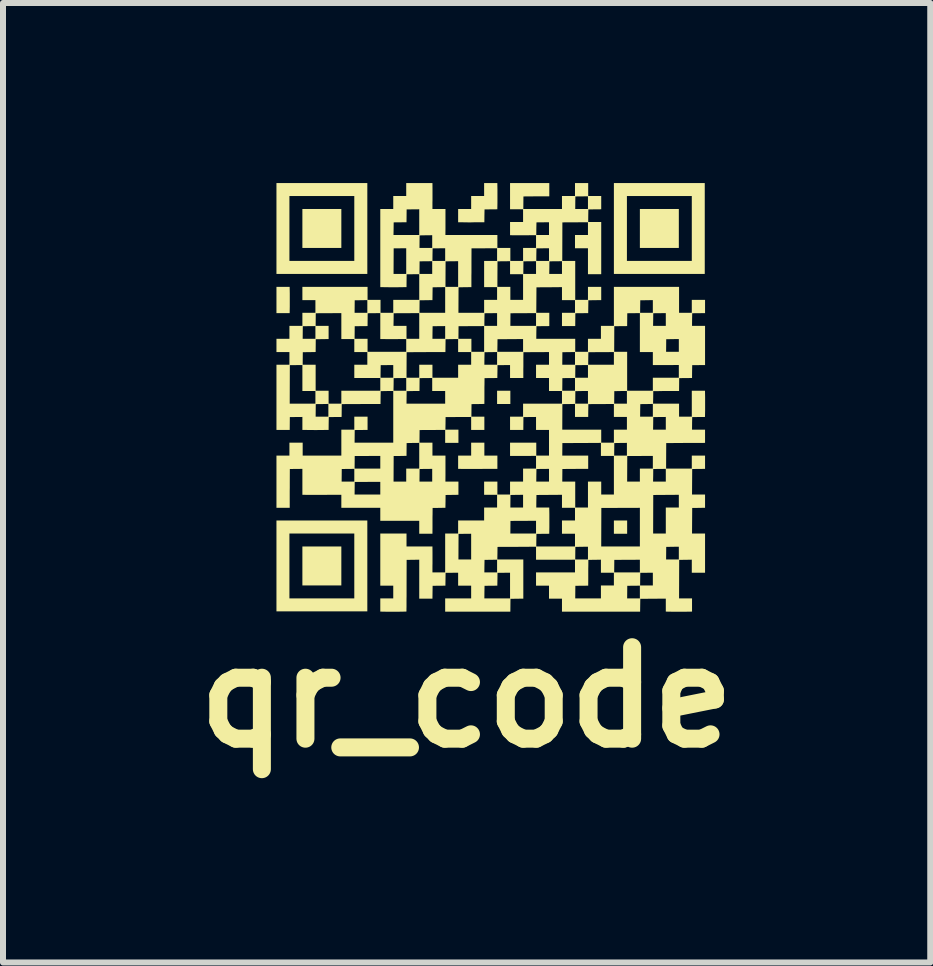
<source format=kicad_pcb>
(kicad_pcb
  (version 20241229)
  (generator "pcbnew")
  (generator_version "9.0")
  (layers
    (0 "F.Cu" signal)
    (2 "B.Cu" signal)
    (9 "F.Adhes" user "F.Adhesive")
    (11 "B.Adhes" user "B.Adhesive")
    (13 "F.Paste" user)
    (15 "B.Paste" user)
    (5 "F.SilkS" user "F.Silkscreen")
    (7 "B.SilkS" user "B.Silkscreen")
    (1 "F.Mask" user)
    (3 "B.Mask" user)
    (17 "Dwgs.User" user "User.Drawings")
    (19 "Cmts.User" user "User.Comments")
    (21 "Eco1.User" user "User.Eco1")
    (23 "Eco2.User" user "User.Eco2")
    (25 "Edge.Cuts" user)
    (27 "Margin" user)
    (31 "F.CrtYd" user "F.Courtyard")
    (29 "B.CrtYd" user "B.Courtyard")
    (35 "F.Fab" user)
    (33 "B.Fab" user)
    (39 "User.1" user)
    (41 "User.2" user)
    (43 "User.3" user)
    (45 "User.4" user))
  (footprint "qr_code"
    (layer "F.Cu")
    (at 5.124 3.568)
    (property "Reference" "qr_code" (at -0.4 5 0) (layer "F.SilkS") (effects (font (size 1.524 1.524) (thickness 0.3))))
    (attr board_only exclude_from_pos_files exclude_from_bom)
    (fp_poly (pts (xy -2.487 -2.487) (xy -3.136 -2.487) (xy -3.136 -3.136) (xy -2.487 -3.136)) (stroke (width 0) (type solid)) (fill yes) (layer "F.SilkS"))
    (fp_poly (pts (xy -2.487 3.136) (xy -3.136 3.136) (xy -3.136 2.487) (xy -2.487 2.487)) (stroke (width 0) (type solid)) (fill yes) (layer "F.SilkS"))
    (fp_poly (pts (xy 0.329 0.113) (xy 0.108 0.113) (xy 0.108 -0.108) (xy 0.329 -0.108)) (stroke (width 0) (type solid)) (fill yes) (layer "F.SilkS"))
    (fp_poly (pts (xy 2.275 2.275) (xy 2.054 2.275) (xy 2.054 2.054) (xy 2.275 2.054)) (stroke (width 0) (type solid)) (fill yes) (layer "F.SilkS"))
    (fp_poly (pts (xy 3.136 -2.487) (xy 2.487 -2.487) (xy 2.487 -3.136) (xy 3.136 -3.136)) (stroke (width 0) (type solid)) (fill yes) (layer "F.SilkS"))
    (fp_poly (pts (xy -3.346 -1.729) (xy -3.346 -1.689) (xy -3.346 -1.644) (xy -3.346 -1.597) (xy -3.346 -1.552) (xy -3.346 -1.512) (xy -3.346 -1.51) (xy -3.348 -1.401) (xy -3.568 -1.401) (xy -3.568 -1.838) (xy -3.348 -1.838)) (stroke (width 0) (type solid)) (fill yes) (layer "F.SilkS"))
    (fp_poly (pts (xy -2.054 -2.054) (xy -3.568 -2.054) (xy -3.568 -2.271) (xy -3.352 -2.271) (xy -2.271 -2.271) (xy -2.271 -3.352) (xy -3.352 -3.352) (xy -3.352 -2.271) (xy -3.568 -2.271) (xy -3.568 -3.568) (xy -2.054 -3.568)) (stroke (width 0) (type solid)) (fill yes) (layer "F.SilkS"))
    (fp_poly (pts (xy -2.054 3.568) (xy -3.568 3.568) (xy -3.568 3.352) (xy -3.352 3.352) (xy -2.271 3.352) (xy -2.271 2.271) (xy -3.352 2.271) (xy -3.352 3.352) (xy -3.568 3.352) (xy -3.568 2.054) (xy -2.054 2.054)) (stroke (width 0) (type solid)) (fill yes) (layer "F.SilkS"))
    (fp_poly (pts (xy 3.568 -2.054) (xy 2.054 -2.054) (xy 2.054 -2.271) (xy 2.271 -2.271) (xy 3.352 -2.271) (xy 3.352 -3.352) (xy 2.271 -3.352) (xy 2.271 -2.271) (xy 2.054 -2.271) (xy 2.054 -3.568) (xy 3.568 -3.568)) (stroke (width 0) (type solid)) (fill yes) (layer "F.SilkS"))
    (fp_poly (pts (xy -0.104 0.973) (xy 0.113 0.973) (xy 0.113 1.194) (xy 0.008 1.194) (xy -0.029 1.194) (xy -0.073 1.194) (xy -0.118 1.194) (xy -0.163 1.195) (xy -0.203 1.195) (xy -0.209 1.195) (xy -0.249 1.195) (xy -0.294 1.195) (xy -0.341 1.195) (xy -0.386 1.195) (xy -0.426 1.195) (xy -0.431 1.195) (xy -0.541 1.194) (xy -0.541 0.973) (xy -0.324 0.973) (xy -0.324 0.757) (xy -0.104 0.757)) (stroke (width 0) (type solid)) (fill yes) (layer "F.SilkS"))
    (fp_poly (pts (xy 0.114 -3.459) (xy 0.114 -3.419) (xy 0.114 -3.374) (xy 0.114 -3.327) (xy 0.114 -3.282) (xy 0.114 -3.242) (xy 0.114 -3.24) (xy 0.112 -3.131) (xy 0.005 -3.13) (xy -0.101 -3.129) (xy -0.103 -3.022) (xy -0.104 -2.915) (xy -0.207 -2.915) (xy -0.237 -2.915) (xy -0.264 -2.915) (xy -0.287 -2.914) (xy -0.304 -2.914) (xy -0.314 -2.914) (xy -0.316 -2.914) (xy -0.322 -2.913) (xy -0.336 -2.913) (xy -0.356 -2.913) (xy -0.381 -2.913) (xy -0.41 -2.914) (xy -0.431 -2.914) (xy -0.541 -2.915) (xy -0.541 -3.136) (xy -0.324 -3.136) (xy -0.324 -3.352) (xy -0.108 -3.352) (xy -0.108 -3.568) (xy 0.112 -3.568)) (stroke (width 0) (type solid)) (fill yes) (layer "F.SilkS"))
    (fp_poly (pts (xy -0.968 -3.459) (xy -0.968 -3.419) (xy -0.968 -3.375) (xy -0.968 -3.328) (xy -0.968 -3.284) (xy -0.969 -3.245) (xy -0.969 -3.243) (xy -0.969 -3.136) (xy -0.752 -3.136) (xy -0.752 -3.026) (xy -0.752 -2.987) (xy -0.752 -2.942) (xy -0.752 -2.896) (xy -0.752 -2.851) (xy -0.752 -2.812) (xy -0.752 -2.81) (xy -0.753 -2.703) (xy 0.113 -2.703) (xy 0.113 -2.487) (xy 0.329 -2.487) (xy 0.329 -2.271) (xy 0.541 -2.271) (xy 0.761 -2.271) (xy 0.973 -2.271) (xy 0.973 -2.482) (xy 0.868 -2.481) (xy 0.764 -2.48) (xy 0.762 -2.375) (xy 0.761 -2.271) (xy 0.541 -2.271) (xy 0.541 -2.487) (xy 0.757 -2.487) (xy 0.757 -2.699) (xy 0.65 -2.699) (xy 0.611 -2.698) (xy 0.567 -2.698) (xy 0.52 -2.698) (xy 0.476 -2.698) (xy 0.436 -2.698) (xy 0.434 -2.698) (xy 0.324 -2.699) (xy 0.324 -2.703) (xy 0.761 -2.703) (xy 0.973 -2.703) (xy 0.973 -2.915) (xy 0.868 -2.914) (xy 0.764 -2.913) (xy 0.762 -2.808) (xy 0.761 -2.703) (xy 0.324 -2.703) (xy 0.324 -2.919) (xy 0.541 -2.919) (xy 0.541 -3.131) (xy 0.324 -3.131) (xy 0.324 -3.568) (xy 0.978 -3.568) (xy 0.978 -3.347) (xy 0.871 -3.347) (xy 0.832 -3.347) (xy 0.787 -3.347) (xy 0.741 -3.347) (xy 0.696 -3.346) (xy 0.656 -3.346) (xy 0.655 -3.346) (xy 0.547 -3.345) (xy 0.546 -3.24) (xy 0.545 -3.136) (xy 1.189 -3.136) (xy 1.41 -3.136) (xy 1.622 -3.136) (xy 1.622 -3.347) (xy 1.517 -3.346) (xy 1.412 -3.345) (xy 1.411 -3.24) (xy 1.41 -3.136) (xy 1.189 -3.136) (xy 1.189 -3.352) (xy 1.406 -3.352) (xy 1.406 -3.568) (xy 1.626 -3.568) (xy 1.626 -3.352) (xy 1.843 -3.352) (xy 1.843 -3.131) (xy 1.629 -3.129) (xy 1.627 -3.024) (xy 1.626 -2.919) (xy 1.843 -2.919) (xy 1.843 -2.811) (xy 1.843 -2.784) (xy 1.843 -2.749) (xy 1.843 -2.708) (xy 1.843 -2.662) (xy 1.843 -2.614) (xy 1.843 -2.565) (xy 1.843 -2.515) (xy 1.843 -2.482) (xy 1.843 -2.434) (xy 1.843 -2.384) (xy 1.843 -2.335) (xy 1.843 -2.288) (xy 1.843 -2.244) (xy 1.843 -2.206) (xy 1.843 -2.173) (xy 1.843 -2.156) (xy 1.843 -2.05) (xy 1.622 -2.05) (xy 1.622 -2.482) (xy 1.406 -2.482) (xy 1.406 -2.703) (xy 1.622 -2.703) (xy 1.622 -2.915) (xy 1.196 -2.913) (xy 1.195 -2.592) (xy 1.194 -2.271) (xy 1.41 -2.271) (xy 1.41 -2.161) (xy 1.41 -2.133) (xy 1.41 -2.098) (xy 1.41 -2.056) (xy 1.41 -2.011) (xy 1.41 -1.962) (xy 1.41 -1.913) (xy 1.41 -1.864) (xy 1.41 -1.837) (xy 1.41 -1.622) (xy 1.622 -1.622) (xy 1.622 -1.838) (xy 1.843 -1.838) (xy 1.843 -1.618) (xy 1.629 -1.615) (xy 1.626 -1.401) (xy 1.519 -1.4) (xy 1.412 -1.399) (xy 1.41 -1.185) (xy 1.189 -1.185) (xy 1.189 -1.406) (xy 1.406 -1.406) (xy 1.406 -1.617) (xy 1.189 -1.617) (xy 1.189 -1.834) (xy 0.976 -1.832) (xy 0.764 -1.831) (xy 0.761 -1.406) (xy 0.978 -1.406) (xy 0.978 -1.185) (xy 0.764 -1.183) (xy 0.762 -1.078) (xy 0.761 -0.973) (xy 1.41 -0.973) (xy 1.41 -0.757) (xy 1.622 -0.757) (xy 2.059 -0.757) (xy 2.275 -0.757) (xy 2.275 -0.648) (xy 2.275 -0.62) (xy 2.275 -0.584) (xy 2.275 -0.543) (xy 2.275 -0.497) (xy 2.275 -0.449) (xy 2.275 -0.399) (xy 2.275 -0.35) (xy 2.275 -0.323) (xy 2.275 -0.108) (xy 2.703 -0.108) (xy 2.703 -0.324) (xy 3.136 -0.324) (xy 3.136 -0.537) (xy 3.029 -0.536) (xy 2.99 -0.536) (xy 2.945 -0.536) (xy 2.899 -0.536) (xy 2.854 -0.536) (xy 2.815 -0.536) (xy 2.812 -0.536) (xy 2.703 -0.536) (xy 2.703 -0.752) (xy 2.487 -0.752) (xy 2.487 -0.757) (xy 2.924 -0.757) (xy 3.136 -0.757) (xy 3.136 -0.969) (xy 3.031 -0.968) (xy 2.926 -0.966) (xy 2.925 -0.862) (xy 2.924 -0.757) (xy 2.487 -0.757) (xy 2.487 -1.189) (xy 2.707 -1.189) (xy 2.919 -1.189) (xy 2.919 -1.401) (xy 2.815 -1.4) (xy 2.71 -1.399) (xy 2.709 -1.294) (xy 2.707 -1.189) (xy 2.487 -1.189) (xy 2.487 -1.401) (xy 2.382 -1.4) (xy 2.277 -1.399) (xy 2.276 -1.292) (xy 2.275 -1.185) (xy 2.168 -1.184) (xy 2.061 -1.183) (xy 2.06 -0.97) (xy 2.059 -0.757) (xy 1.622 -0.757) (xy 1.622 -0.973) (xy 1.838 -0.973) (xy 1.838 -1.189) (xy 2.054 -1.189) (xy 2.054 -1.406) (xy 2.491 -1.406) (xy 2.703 -1.406) (xy 2.703 -1.618) (xy 2.598 -1.616) (xy 2.494 -1.615) (xy 2.492 -1.51) (xy 2.491 -1.406) (xy 2.054 -1.406) (xy 2.054 -1.838) (xy 3.14 -1.838) (xy 3.14 -1.729) (xy 3.14 -1.689) (xy 3.14 -1.645) (xy 3.14 -1.599) (xy 3.14 -1.554) (xy 3.14 -1.515) (xy 3.14 -1.513) (xy 3.14 -1.406) (xy 3.352 -1.406) (xy 3.352 -1.622) (xy 3.573 -1.622) (xy 3.573 -1.401) (xy 3.359 -1.399) (xy 3.357 -1.294) (xy 3.356 -1.189) (xy 3.573 -1.189) (xy 3.573 -1.081) (xy 3.573 -1.043) (xy 3.573 -0.998) (xy 3.573 -0.952) (xy 3.573 -0.907) (xy 3.573 -0.866) (xy 3.573 -0.86) (xy 3.573 -0.821) (xy 3.573 -0.777) (xy 3.573 -0.731) (xy 3.573 -0.687) (xy 3.573 -0.648) (xy 3.573 -0.642) (xy 3.573 -0.536) (xy 3.359 -0.534) (xy 3.357 -0.427) (xy 3.356 -0.32) (xy 3.249 -0.319) (xy 3.142 -0.318) (xy 3.141 -0.211) (xy 3.14 -0.104) (xy 3.033 -0.103) (xy 2.994 -0.103) (xy 2.95 -0.103) (xy 2.903 -0.103) (xy 2.858 -0.103) (xy 2.819 -0.102) (xy 2.818 -0.102) (xy 2.71 -0.101) (xy 2.709 0.003) (xy 2.707 0.108) (xy 3.14 0.108) (xy 3.14 0.324) (xy 3.352 0.324) (xy 3.352 -0.108) (xy 3.572 -0.108) (xy 3.574 0.001) (xy 3.574 0.041) (xy 3.574 0.086) (xy 3.574 0.133) (xy 3.574 0.178) (xy 3.574 0.218) (xy 3.574 0.22) (xy 3.572 0.329) (xy 3.465 0.33) (xy 3.359 0.331) (xy 3.357 0.436) (xy 3.356 0.541) (xy 3.573 0.541) (xy 3.573 0.761) (xy 3.466 0.762) (xy 3.438 0.762) (xy 3.403 0.762) (xy 3.362 0.762) (xy 3.317 0.762) (xy 3.269 0.762) (xy 3.22 0.762) (xy 3.171 0.763) (xy 3.142 0.763) (xy 2.926 0.764) (xy 2.924 1.189) (xy 3.352 1.189) (xy 3.352 0.973) (xy 3.573 0.973) (xy 3.573 1.194) (xy 3.359 1.196) (xy 3.356 1.622) (xy 3.573 1.622) (xy 3.573 1.842) (xy 3.466 1.844) (xy 3.359 1.845) (xy 3.356 2.271) (xy 3.573 2.271) (xy 3.573 2.379) (xy 3.573 2.417) (xy 3.573 2.461) (xy 3.573 2.508) (xy 3.573 2.553) (xy 3.573 2.594) (xy 3.573 2.599) (xy 3.573 2.639) (xy 3.573 2.683) (xy 3.573 2.729) (xy 3.573 2.773) (xy 3.573 2.812) (xy 3.573 2.818) (xy 3.573 2.924) (xy 3.352 2.924) (xy 3.352 2.707) (xy 3.247 2.709) (xy 3.142 2.71) (xy 3.141 3.031) (xy 3.14 3.352) (xy 3.356 3.352) (xy 3.356 3.572) (xy 3.247 3.574) (xy 3.207 3.574) (xy 3.162 3.574) (xy 3.115 3.574) (xy 3.07 3.574) (xy 3.03 3.574) (xy 3.029 3.574) (xy 2.919 3.572) (xy 2.919 3.356) (xy 2.494 3.359) (xy 2.491 3.573) (xy 2.385 3.573) (xy 2.365 3.573) (xy 2.337 3.573) (xy 2.302 3.573) (xy 2.259 3.573) (xy 2.212 3.573) (xy 2.159 3.573) (xy 2.102 3.573) (xy 2.042 3.573) (xy 1.98 3.573) (xy 1.916 3.573) (xy 1.851 3.573) (xy 1.843 3.573) (xy 1.778 3.573) (xy 1.714 3.573) (xy 1.651 3.573) (xy 1.59 3.573) (xy 1.533 3.573) (xy 1.479 3.573) (xy 1.431 3.573) (xy 1.387 3.573) (xy 1.351 3.573) (xy 1.321 3.573) (xy 1.3 3.573) (xy 1.297 3.573) (xy 1.189 3.573) (xy 1.189 3.356) (xy 0.973 3.356) (xy 0.973 3.352) (xy 1.41 3.352) (xy 1.838 3.352) (xy 2.275 3.352) (xy 2.487 3.352) (xy 2.487 3.14) (xy 2.382 3.141) (xy 2.277 3.142) (xy 2.276 3.247) (xy 2.275 3.352) (xy 1.838 3.352) (xy 1.838 3.136) (xy 2.054 3.136) (xy 2.491 3.136) (xy 2.703 3.136) (xy 2.703 2.924) (xy 2.598 2.925) (xy 2.494 2.926) (xy 2.492 3.031) (xy 2.491 3.136) (xy 2.054 3.136) (xy 2.054 2.924) (xy 1.838 2.924) (xy 1.838 2.919) (xy 2.059 2.919) (xy 2.487 2.919) (xy 2.487 2.708) (xy 2.061 2.71) (xy 2.06 2.815) (xy 2.059 2.919) (xy 1.838 2.919) (xy 1.838 2.707) (xy 1.733 2.709) (xy 1.629 2.71) (xy 1.628 2.818) (xy 1.627 2.857) (xy 1.627 2.902) (xy 1.627 2.948) (xy 1.627 2.993) (xy 1.627 3.032) (xy 1.627 3.033) (xy 1.626 3.14) (xy 1.412 3.142) (xy 1.411 3.247) (xy 1.41 3.352) (xy 0.973 3.352) (xy 0.973 3.14) (xy 0.757 3.14) (xy 0.757 2.919) (xy 1.406 2.919) (xy 1.406 2.707) (xy 1.19 2.708) (xy 1.142 2.708) (xy 1.093 2.708) (xy 1.044 2.708) (xy 0.996 2.708) (xy 0.952 2.708) (xy 0.913 2.708) (xy 0.881 2.708) (xy 0.866 2.708) (xy 0.757 2.708) (xy 0.757 2.703) (xy 1.41 2.703) (xy 1.622 2.703) (xy 2.924 2.703) (xy 3.136 2.703) (xy 3.136 2.491) (xy 3.031 2.492) (xy 2.926 2.494) (xy 2.925 2.598) (xy 2.924 2.703) (xy 1.622 2.703) (xy 1.622 2.491) (xy 1.517 2.492) (xy 1.412 2.494) (xy 1.411 2.598) (xy 1.41 2.703) (xy 0.757 2.703) (xy 0.757 2.491) (xy 0.436 2.493) (xy 0.115 2.494) (xy 0.114 2.598) (xy 0.112 2.703) (xy 0.545 2.703) (xy 0.545 2.811) (xy 0.545 2.85) (xy 0.545 2.894) (xy 0.545 2.94) (xy 0.545 2.986) (xy 0.545 3.026) (xy 0.545 3.032) (xy 0.545 3.071) (xy 0.545 3.116) (xy 0.545 3.162) (xy 0.545 3.206) (xy 0.545 3.245) (xy 0.545 3.25) (xy 0.545 3.356) (xy 0.331 3.359) (xy 0.329 3.573) (xy 0.223 3.573) (xy 0.2 3.573) (xy 0.17 3.573) (xy 0.132 3.573) (xy 0.089 3.573) (xy 0.041 3.573) (xy -0.011 3.573) (xy -0.066 3.573) (xy -0.122 3.573) (xy -0.18 3.573) (xy -0.212 3.573) (xy -0.269 3.573) (xy -0.326 3.573) (xy -0.382 3.573) (xy -0.436 3.573) (xy -0.487 3.573) (xy -0.533 3.573) (xy -0.574 3.573) (xy -0.609 3.573) (xy -0.637 3.573) (xy -0.649 3.573) (xy -0.757 3.573) (xy -0.757 3.352) (xy -0.324 3.352) (xy -0.104 3.352) (xy 0.324 3.352) (xy 0.324 2.924) (xy 0.22 2.925) (xy 0.115 2.926) (xy 0.114 3.033) (xy 0.112 3.14) (xy 0.006 3.141) (xy -0.101 3.142) (xy -0.103 3.247) (xy -0.104 3.352) (xy -0.324 3.352) (xy -0.324 3.14) (xy -0.541 3.14) (xy -0.541 2.924) (xy -0.645 2.925) (xy -0.75 2.926) (xy -0.753 3.14) (xy -0.859 3.141) (xy -0.966 3.142) (xy -0.969 3.356) (xy -1.189 3.356) (xy -1.189 2.707) (xy -1.294 2.709) (xy -1.399 2.71) (xy -1.4 3.14) (xy -1.4 3.201) (xy -1.4 3.26) (xy -1.4 3.315) (xy -1.401 3.367) (xy -1.401 3.415) (xy -1.401 3.457) (xy -1.401 3.493) (xy -1.402 3.524) (xy -1.402 3.547) (xy -1.402 3.563) (xy -1.402 3.57) (xy -1.402 3.571) (xy -1.407 3.571) (xy -1.42 3.572) (xy -1.44 3.572) (xy -1.465 3.573) (xy -1.494 3.573) (xy -1.528 3.574) (xy -1.563 3.574) (xy -1.6 3.574) (xy -1.636 3.574) (xy -1.672 3.574) (xy -1.705 3.574) (xy -1.731 3.574) (xy -1.838 3.572) (xy -1.838 3.352) (xy -1.622 3.352) (xy -1.622 3.14) (xy -1.838 3.14) (xy -1.838 2.271) (xy -1.401 2.271) (xy -1.401 2.487) (xy -0.969 2.487) (xy -0.968 2.596) (xy -0.968 2.635) (xy -0.968 2.68) (xy -0.968 2.726) (xy -0.968 2.771) (xy -0.969 2.81) (xy -0.969 2.812) (xy -0.969 2.919) (xy -0.757 2.919) (xy -0.104 2.919) (xy 0.108 2.919) (xy 0.108 2.707) (xy 0.003 2.709) (xy -0.101 2.71) (xy -0.103 2.815) (xy -0.104 2.919) (xy -0.757 2.919) (xy -0.757 2.703) (xy -0.536 2.703) (xy -0.324 2.703) (xy -0.324 2.487) (xy 0.761 2.487) (xy 1.406 2.487) (xy 1.843 2.487) (xy 2.487 2.487) (xy 2.487 2.271) (xy 2.708 2.271) (xy 2.919 2.271) (xy 2.919 1.838) (xy 3.136 1.838) (xy 3.136 1.626) (xy 2.71 1.629) (xy 2.708 2.271) (xy 2.487 2.271) (xy 2.487 1.843) (xy 2.166 1.844) (xy 1.845 1.845) (xy 1.844 2.166) (xy 1.843 2.487) (xy 1.406 2.487) (xy 1.406 2.275) (xy 1.189 2.275) (xy 1.189 2.054) (xy 1.406 2.054) (xy 1.406 1.843) (xy 1.189 1.843) (xy 1.189 1.626) (xy 0.764 1.629) (xy 0.762 1.733) (xy 0.761 1.838) (xy 0.977 1.838) (xy 0.979 1.947) (xy 0.979 1.987) (xy 0.979 2.032) (xy 0.979 2.079) (xy 0.979 2.124) (xy 0.979 2.164) (xy 0.979 2.166) (xy 0.977 2.275) (xy 0.87 2.276) (xy 0.764 2.277) (xy 0.762 2.382) (xy 0.761 2.487) (xy -0.324 2.487) (xy -0.324 2.275) (xy -0.429 2.276) (xy -0.534 2.277) (xy -0.536 2.703) (xy -0.757 2.703) (xy -0.757 2.271) (xy -0.541 2.271) (xy 0.329 2.271) (xy 0.757 2.271) (xy 0.757 2.059) (xy 0.544 2.06) (xy 0.331 2.061) (xy 0.33 2.166) (xy 0.329 2.271) (xy -0.541 2.271) (xy -0.541 2.054) (xy -0.108 2.054) (xy -0.108 1.838) (xy 0.108 1.838) (xy 0.329 1.838) (xy 0.541 1.838) (xy 0.541 1.626) (xy 0.436 1.627) (xy 0.331 1.629) (xy 0.33 1.733) (xy 0.329 1.838) (xy 0.108 1.838) (xy 0.108 1.626) (xy -0.108 1.626) (xy -0.108 1.406) (xy 0.113 1.406) (xy 0.113 1.622) (xy 0.324 1.622) (xy 0.324 1.406) (xy 0.541 1.406) (xy 0.761 1.406) (xy 0.973 1.406) (xy 1.194 1.406) (xy 1.41 1.406) (xy 1.41 1.515) (xy 1.41 1.554) (xy 1.41 1.599) (xy 1.41 1.645) (xy 1.41 1.69) (xy 1.41 1.729) (xy 1.41 1.731) (xy 1.41 1.838) (xy 1.622 1.838) (xy 1.622 1.406) (xy 1.843 1.406) (xy 1.843 1.622) (xy 2.054 1.622) (xy 2.054 1.406) (xy 2.275 1.406) (xy 2.487 1.406) (xy 2.707 1.406) (xy 2.919 1.406) (xy 2.919 1.194) (xy 2.815 1.195) (xy 2.71 1.196) (xy 2.709 1.301) (xy 2.707 1.406) (xy 2.487 1.406) (xy 2.487 1.189) (xy 2.703 1.189) (xy 2.703 0.978) (xy 2.277 0.98) (xy 2.276 1.193) (xy 2.275 1.406) (xy 2.054 1.406) (xy 2.054 0.978) (xy 1.838 0.978) (xy 1.838 0.973) (xy 2.059 0.973) (xy 2.271 0.973) (xy 2.271 0.761) (xy 2.166 0.762) (xy 2.061 0.764) (xy 2.06 0.868) (xy 2.059 0.973) (xy 1.838 0.973) (xy 1.838 0.761) (xy 1.517 0.763) (xy 1.196 0.764) (xy 1.195 0.868) (xy 1.194 0.973) (xy 1.626 0.973) (xy 1.626 1.194) (xy 1.519 1.194) (xy 1.48 1.194) (xy 1.436 1.194) (xy 1.389 1.195) (xy 1.345 1.195) (xy 1.305 1.195) (xy 1.304 1.195) (xy 1.196 1.196) (xy 1.195 1.301) (xy 1.194 1.406) (xy 0.973 1.406) (xy 0.973 1.194) (xy 0.868 1.195) (xy 0.764 1.196) (xy 0.762 1.301) (xy 0.761 1.406) (xy 0.541 1.406) (xy 0.541 1.189) (xy 0.757 1.189) (xy 0.757 0.977) (xy 0.65 0.978) (xy 0.611 0.978) (xy 0.567 0.978) (xy 0.52 0.978) (xy 0.476 0.978) (xy 0.436 0.978) (xy 0.434 0.978) (xy 0.324 0.978) (xy 0.324 0.757) (xy 0.761 0.757) (xy 0.761 0.973) (xy 0.973 0.973) (xy 0.973 0.545) (xy 0.757 0.545) (xy 0.757 0.541) (xy 1.194 0.541) (xy 1.843 0.541) (xy 1.843 0.757) (xy 2.054 0.757) (xy 2.054 0.541) (xy 2.271 0.541) (xy 2.707 0.541) (xy 2.919 0.541) (xy 2.919 0.329) (xy 2.815 0.33) (xy 2.71 0.331) (xy 2.709 0.436) (xy 2.707 0.541) (xy 2.271 0.541) (xy 2.271 0.329) (xy 2.054 0.329) (xy 2.054 0.324) (xy 2.491 0.324) (xy 2.703 0.324) (xy 2.703 0.112) (xy 2.598 0.114) (xy 2.494 0.115) (xy 2.492 0.22) (xy 2.491 0.324) (xy 2.054 0.324) (xy 2.054 0.113) (xy 1.841 0.114) (xy 1.629 0.115) (xy 1.627 0.222) (xy 1.626 0.329) (xy 1.406 0.329) (xy 1.406 0.112) (xy 1.301 0.114) (xy 1.196 0.115) (xy 1.194 0.541) (xy 0.757 0.541) (xy 0.757 0.329) (xy 0.652 0.33) (xy 0.547 0.331) (xy 0.545 0.545) (xy 0.324 0.545) (xy 0.324 0.324) (xy 0.541 0.324) (xy 0.541 0.108) (xy 1.189 0.108) (xy 1.41 0.108) (xy 1.622 0.108) (xy 2.059 0.108) (xy 2.271 0.108) (xy 2.271 -0.104) (xy 2.166 -0.103) (xy 2.061 -0.101) (xy 2.059 0.108) (xy 1.622 0.108) (xy 1.622 -0.104) (xy 1.517 -0.103) (xy 1.412 -0.101) (xy 1.411 0.003) (xy 1.41 0.108) (xy 1.189 0.108) (xy 1.189 -0.104) (xy 0.973 -0.104) (xy 0.973 -0.108) (xy 1.194 -0.108) (xy 1.406 -0.108) (xy 1.406 -0.32) (xy 1.301 -0.319) (xy 1.196 -0.318) (xy 1.195 -0.213) (xy 1.194 -0.108) (xy 0.973 -0.108) (xy 0.973 -0.32) (xy 0.757 -0.32) (xy 0.757 -0.324) (xy 1.41 -0.324) (xy 1.622 -0.324) (xy 1.622 -0.536) (xy 1.517 -0.535) (xy 1.412 -0.534) (xy 1.411 -0.429) (xy 1.41 -0.324) (xy 0.757 -0.324) (xy 0.757 -0.541) (xy 0.973 -0.541) (xy 1.194 -0.541) (xy 1.406 -0.541) (xy 1.626 -0.541) (xy 2.054 -0.541) (xy 2.054 -0.752) (xy 1.629 -0.75) (xy 1.627 -0.645) (xy 1.626 -0.541) (xy 1.406 -0.541) (xy 1.406 -0.753) (xy 1.301 -0.751) (xy 1.196 -0.75) (xy 1.195 -0.645) (xy 1.194 -0.541) (xy 0.973 -0.541) (xy 0.973 -0.752) (xy 0.547 -0.75) (xy 0.546 -0.642) (xy 0.546 -0.603) (xy 0.546 -0.558) (xy 0.546 -0.512) (xy 0.545 -0.467) (xy 0.545 -0.428) (xy 0.545 -0.427) (xy 0.545 -0.32) (xy 0.324 -0.32) (xy 0.324 -0.536) (xy 0.22 -0.535) (xy 0.115 -0.534) (xy 0.114 -0.427) (xy 0.112 -0.32) (xy 0.006 -0.319) (xy -0.101 -0.318) (xy -0.102 -0.209) (xy -0.103 -0.17) (xy -0.103 -0.126) (xy -0.103 -0.079) (xy -0.103 -0.035) (xy -0.103 0.005) (xy -0.103 0.006) (xy -0.104 0.112) (xy -0.211 0.114) (xy -0.318 0.115) (xy -0.319 0.22) (xy -0.32 0.324) (xy -0.104 0.324) (xy -0.104 0.545) (xy -0.324 0.545) (xy -0.324 0.329) (xy -0.75 0.331) (xy -0.751 0.436) (xy -0.753 0.541) (xy -0.536 0.541) (xy -0.536 0.761) (xy -0.757 0.761) (xy -0.757 0.545) (xy -1.183 0.547) (xy -1.184 0.652) (xy -1.185 0.757) (xy -0.969 0.757) (xy -0.969 0.973) (xy -0.752 0.973) (xy -0.752 1.082) (xy -0.752 1.122) (xy -0.752 1.166) (xy -0.752 1.213) (xy -0.752 1.257) (xy -0.752 1.296) (xy -0.752 1.299) (xy -0.753 1.406) (xy -0.536 1.406) (xy -0.536 1.626) (xy -0.75 1.629) (xy -0.751 1.736) (xy -0.753 1.842) (xy -0.859 1.844) (xy -0.966 1.845) (xy -0.967 1.953) (xy -0.968 1.992) (xy -0.968 2.037) (xy -0.968 2.083) (xy -0.968 2.128) (xy -0.968 2.167) (xy -0.968 2.168) (xy -0.969 2.275) (xy -1.189 2.275) (xy -1.189 2.059) (xy -1.404 2.059) (xy -1.453 2.059) (xy -1.502 2.059) (xy -1.551 2.059) (xy -1.599 2.059) (xy -1.643 2.059) (xy -1.682 2.059) (xy -1.714 2.059) (xy -1.729 2.059) (xy -1.838 2.059) (xy -1.838 1.843) (xy -2.053 1.843) (xy -2.101 1.843) (xy -2.151 1.843) (xy -2.2 1.843) (xy -2.247 1.843) (xy -2.291 1.843) (xy -2.33 1.843) (xy -2.363 1.843) (xy -2.378 1.843) (xy -2.487 1.843) (xy -2.487 1.626) (xy -2.702 1.626) (xy -2.75 1.627) (xy -2.8 1.627) (xy -2.849 1.627) (xy -2.896 1.627) (xy -2.94 1.627) (xy -2.979 1.627) (xy -3.012 1.627) (xy -3.026 1.627) (xy -3.136 1.626) (xy -3.136 1.622) (xy -2.266 1.622) (xy -1.838 1.622) (xy -1.838 1.41) (xy -2.264 1.412) (xy -2.265 1.517) (xy -2.266 1.622) (xy -3.136 1.622) (xy -3.136 1.406) (xy -2.482 1.406) (xy -2.271 1.406) (xy -1.617 1.406) (xy -1.406 1.406) (xy -1.185 1.406) (xy -0.973 1.406) (xy -0.973 1.194) (xy -1.078 1.195) (xy -1.183 1.196) (xy -1.184 1.301) (xy -1.185 1.406) (xy -1.406 1.406) (xy -1.406 1.189) (xy -1.189 1.189) (xy -1.189 0.761) (xy -1.294 0.762) (xy -1.399 0.764) (xy -1.4 0.871) (xy -1.401 0.977) (xy -1.508 0.979) (xy -1.615 0.98) (xy -1.617 1.406) (xy -2.271 1.406) (xy -2.271 1.194) (xy -2.375 1.195) (xy -2.48 1.196) (xy -2.481 1.301) (xy -2.482 1.406) (xy -3.136 1.406) (xy -3.136 1.194) (xy -3.24 1.195) (xy -3.345 1.196) (xy -3.346 1.412) (xy -3.346 1.46) (xy -3.346 1.51) (xy -3.347 1.559) (xy -3.347 1.606) (xy -3.347 1.649) (xy -3.347 1.688) (xy -3.347 1.72) (xy -3.347 1.736) (xy -3.347 1.843) (xy -3.568 1.843) (xy -3.568 1.189) (xy -2.266 1.189) (xy -1.838 1.189) (xy -1.838 0.978) (xy -2.264 0.98) (xy -2.265 1.085) (xy -2.266 1.189) (xy -3.568 1.189) (xy -3.568 0.973) (xy -3.352 0.973) (xy -3.352 0.757) (xy -3.131 0.757) (xy -3.131 0.973) (xy -2.487 0.973) (xy -2.487 0.541) (xy -2.271 0.541) (xy -2.271 0.324) (xy -2.05 0.324) (xy -2.05 0.545) (xy -2.157 0.546) (xy -2.264 0.547) (xy -2.265 0.652) (xy -2.266 0.757) (xy -1.622 0.757) (xy -1.622 0.108) (xy -1.401 0.108) (xy -0.757 0.108) (xy -0.757 -0.104) (xy -0.973 -0.104) (xy -0.973 -0.32) (xy -1.078 -0.319) (xy -1.183 -0.318) (xy -1.184 -0.211) (xy -1.185 -0.104) (xy -1.292 -0.103) (xy -1.399 -0.101) (xy -1.4 0.003) (xy -1.401 0.108) (xy -1.622 0.108) (xy -1.622 -0.104) (xy -1.727 -0.103) (xy -1.831 -0.101) (xy -1.833 0.006) (xy -1.834 0.113) (xy -1.941 0.113) (xy -1.968 0.113) (xy -2.003 0.113) (xy -2.044 0.113) (xy -2.089 0.113) (xy -2.137 0.113) (xy -2.186 0.114) (xy -2.235 0.114) (xy -2.264 0.114) (xy -2.48 0.115) (xy -2.481 0.222) (xy -2.482 0.329) (xy -2.589 0.33) (xy -2.696 0.331) (xy -2.698 0.438) (xy -2.699 0.545) (xy -2.808 0.546) (xy -2.848 0.546) (xy -2.893 0.547) (xy -2.939 0.547) (xy -2.985 0.546) (xy -3.025 0.546) (xy -3.026 0.546) (xy -3.136 0.545) (xy -3.136 0.329) (xy -3.24 0.33) (xy -3.345 0.331) (xy -3.347 0.545) (xy -3.568 0.545) (xy -3.568 0.324) (xy -2.915 0.324) (xy -2.703 0.324) (xy -2.703 0.112) (xy -2.808 0.114) (xy -2.913 0.115) (xy -2.914 0.22) (xy -2.915 0.324) (xy -3.568 0.324) (xy -3.568 0.108) (xy -3.347 0.108) (xy -2.919 0.108) (xy -2.919 -0.104) (xy -3.136 -0.104) (xy -3.136 -0.536) (xy -3.24 -0.535) (xy -3.345 -0.534) (xy -3.346 -0.213) (xy -3.347 0.108) (xy -3.568 0.108) (xy -3.568 -0.541) (xy -3.352 -0.541) (xy -3.131 -0.541) (xy -2.915 -0.541) (xy -2.915 -0.431) (xy -2.915 -0.392) (xy -2.915 -0.347) (xy -2.915 -0.301) (xy -2.915 -0.257) (xy -2.915 -0.217) (xy -2.915 -0.215) (xy -2.915 -0.108) (xy -2.699 -0.108) (xy -2.699 0.108) (xy -2.487 0.108) (xy -2.487 -0.108) (xy -1.838 -0.108) (xy -1.618 -0.108) (xy -1.406 -0.108) (xy -1.406 -0.32) (xy -1.51 -0.319) (xy -1.615 -0.318) (xy -1.616 -0.213) (xy -1.618 -0.108) (xy -1.838 -0.108) (xy -1.838 -0.32) (xy -1.945 -0.32) (xy -1.984 -0.32) (xy -2.028 -0.32) (xy -2.075 -0.32) (xy -2.119 -0.32) (xy -2.159 -0.32) (xy -2.161 -0.32) (xy -2.271 -0.32) (xy -2.271 -0.324) (xy -1.834 -0.324) (xy -1.622 -0.324) (xy -1.401 -0.324) (xy -1.189 -0.324) (xy -1.189 -0.541) (xy -0.969 -0.541) (xy -0.969 -0.324) (xy -0.541 -0.324) (xy -0.541 -0.541) (xy -0.324 -0.541) (xy -0.104 -0.541) (xy 0.108 -0.541) (xy 0.108 -0.753) (xy 0.003 -0.751) (xy -0.101 -0.75) (xy -0.103 -0.645) (xy -0.104 -0.541) (xy -0.324 -0.541) (xy -0.324 -0.752) (xy -0.541 -0.752) (xy -0.541 -0.969) (xy -0.645 -0.968) (xy -0.75 -0.966) (xy -0.753 -0.752) (xy -0.859 -0.752) (xy -0.887 -0.752) (xy -0.922 -0.752) (xy -0.963 -0.752) (xy -1.008 -0.752) (xy -1.056 -0.752) (xy -1.105 -0.751) (xy -1.154 -0.751) (xy -1.183 -0.751) (xy -1.399 -0.75) (xy -1.401 -0.324) (xy -1.622 -0.324) (xy -1.622 -0.536) (xy -1.727 -0.535) (xy -1.831 -0.534) (xy -1.833 -0.429) (xy -1.834 -0.324) (xy -2.271 -0.324) (xy -2.271 -0.541) (xy -2.054 -0.541) (xy -2.054 -0.752) (xy -2.271 -0.752) (xy -2.271 -0.969) (xy -2.487 -0.969) (xy -2.487 -0.973) (xy -2.266 -0.973) (xy -2.05 -0.973) (xy -2.05 -0.757) (xy -1.406 -0.757) (xy -1.406 -0.969) (xy -1.513 -0.969) (xy -1.551 -0.968) (xy -1.596 -0.968) (xy -1.642 -0.968) (xy -1.687 -0.968) (xy -1.727 -0.968) (xy -1.729 -0.968) (xy -1.838 -0.969) (xy -1.838 -1.189) (xy -1.618 -1.189) (xy -1.401 -1.189) (xy -1.401 -0.973) (xy -1.189 -0.973) (xy -0.969 -0.973) (xy -0.757 -0.973) (xy -0.536 -0.973) (xy -0.32 -0.973) (xy -0.32 -0.757) (xy -0.108 -0.757) (xy 0.112 -0.757) (xy 0.541 -0.757) (xy 0.541 -0.969) (xy 0.115 -0.966) (xy 0.114 -0.862) (xy 0.112 -0.757) (xy -0.108 -0.757) (xy -0.108 -1.185) (xy -0.534 -1.183) (xy -0.535 -1.078) (xy -0.536 -0.973) (xy -0.757 -0.973) (xy -0.757 -1.185) (xy -0.862 -1.184) (xy -0.966 -1.183) (xy -0.968 -1.078) (xy -0.969 -0.973) (xy -1.189 -0.973) (xy -1.189 -1.189) (xy -0.104 -1.189) (xy 0.108 -1.189) (xy 0.329 -1.189) (xy 0.757 -1.189) (xy 0.757 -1.401) (xy 0.331 -1.399) (xy 0.33 -1.294) (xy 0.329 -1.189) (xy 0.108 -1.189) (xy 0.108 -1.401) (xy 0.003 -1.4) (xy -0.101 -1.399) (xy -0.103 -1.294) (xy -0.104 -1.189) (xy -1.189 -1.189) (xy -1.189 -1.401) (xy -1.615 -1.399) (xy -1.616 -1.294) (xy -1.618 -1.189) (xy -1.838 -1.189) (xy -1.838 -1.401) (xy -1.943 -1.4) (xy -2.048 -1.399) (xy -2.049 -1.292) (xy -2.05 -1.185) (xy -2.157 -1.184) (xy -2.264 -1.183) (xy -2.265 -1.078) (xy -2.266 -0.973) (xy -2.487 -0.973) (xy -2.487 -1.401) (xy -2.913 -1.399) (xy -2.914 -1.294) (xy -2.915 -1.189) (xy -2.699 -1.189) (xy -2.699 -0.969) (xy -2.913 -0.966) (xy -2.914 -0.859) (xy -2.915 -0.753) (xy -3.022 -0.751) (xy -3.129 -0.75) (xy -3.13 -0.645) (xy -3.131 -0.541) (xy -3.352 -0.541) (xy -3.352 -0.752) (xy -3.568 -0.752) (xy -3.568 -0.973) (xy -3.352 -0.973) (xy -3.131 -0.973) (xy -2.919 -0.973) (xy -2.919 -1.185) (xy -3.024 -1.184) (xy -3.129 -1.183) (xy -3.13 -1.078) (xy -3.131 -0.973) (xy -3.352 -0.973) (xy -3.352 -1.189) (xy -3.136 -1.189) (xy -3.136 -1.406) (xy -2.919 -1.406) (xy -2.266 -1.406) (xy -2.054 -1.406) (xy -2.054 -1.618) (xy -2.159 -1.616) (xy -2.264 -1.615) (xy -2.265 -1.51) (xy -2.266 -1.406) (xy -2.919 -1.406) (xy -2.919 -1.617) (xy -3.136 -1.617) (xy -3.136 -1.838) (xy -2.05 -1.838) (xy -2.05 -1.622) (xy -1.834 -1.622) (xy -1.834 -1.406) (xy -1.622 -1.406) (xy -1.185 -1.406) (xy -0.757 -1.406) (xy -0.536 -1.406) (xy -0.108 -1.406) (xy -0.108 -1.622) (xy 0.108 -1.622) (xy 0.108 -1.834) (xy -0.108 -1.834) (xy -0.108 -1.838) (xy 0.113 -1.838) (xy 0.329 -1.838) (xy 0.329 -1.622) (xy 0.541 -1.622) (xy 0.541 -2.05) (xy 0.324 -2.05) (xy 0.324 -2.054) (xy 0.545 -2.054) (xy 0.757 -2.054) (xy 0.977 -2.054) (xy 1.189 -2.054) (xy 1.189 -2.266) (xy 1.085 -2.265) (xy 0.98 -2.264) (xy 0.979 -2.159) (xy 0.977 -2.054) (xy 0.757 -2.054) (xy 0.757 -2.266) (xy 0.652 -2.265) (xy 0.547 -2.264) (xy 0.546 -2.159) (xy 0.545 -2.054) (xy 0.324 -2.054) (xy 0.324 -2.266) (xy 0.22 -2.265) (xy 0.115 -2.264) (xy 0.114 -2.051) (xy 0.113 -1.838) (xy -0.108 -1.838) (xy -0.108 -2.271) (xy 0.108 -2.271) (xy 0.108 -2.482) (xy -0.105 -2.481) (xy -0.318 -2.48) (xy -0.319 -2.264) (xy -0.319 -2.216) (xy -0.319 -2.166) (xy -0.319 -2.117) (xy -0.319 -2.07) (xy -0.32 -2.027) (xy -0.32 -1.988) (xy -0.32 -1.956) (xy -0.32 -1.941) (xy -0.32 -1.834) (xy -0.427 -1.833) (xy -0.534 -1.831) (xy -0.536 -1.406) (xy -0.757 -1.406) (xy -0.757 -1.834) (xy -0.862 -1.833) (xy -0.966 -1.831) (xy -0.969 -1.618) (xy -1.076 -1.616) (xy -1.183 -1.615) (xy -1.184 -1.51) (xy -1.185 -1.406) (xy -1.622 -1.406) (xy -1.622 -1.622) (xy -1.189 -1.622) (xy -1.189 -1.838) (xy -0.752 -1.838) (xy -0.541 -1.838) (xy -0.541 -2.266) (xy -0.645 -2.265) (xy -0.75 -2.264) (xy -0.752 -1.838) (xy -1.189 -1.838) (xy -1.189 -2.05) (xy -1.294 -2.049) (xy -1.399 -2.048) (xy -1.4 -1.941) (xy -1.401 -1.834) (xy -1.51 -1.833) (xy -1.55 -1.832) (xy -1.595 -1.832) (xy -1.642 -1.832) (xy -1.687 -1.832) (xy -1.727 -1.833) (xy -1.729 -1.833) (xy -1.838 -1.834) (xy -1.838 -2.054) (xy -1.617 -2.054) (xy -1.406 -2.054) (xy -1.185 -2.054) (xy -0.973 -2.054) (xy -0.973 -2.266) (xy -1.078 -2.265) (xy -1.183 -2.264) (xy -1.184 -2.159) (xy -1.185 -2.054) (xy -1.406 -2.054) (xy -1.406 -2.271) (xy -0.969 -2.271) (xy -0.757 -2.271) (xy -0.757 -2.482) (xy -0.862 -2.481) (xy -0.966 -2.48) (xy -0.968 -2.375) (xy -0.969 -2.271) (xy -1.406 -2.271) (xy -1.406 -2.482) (xy -1.51 -2.481) (xy -1.615 -2.48) (xy -1.616 -2.267) (xy -1.617 -2.054) (xy -1.838 -2.054) (xy -1.838 -2.487) (xy -1.185 -2.487) (xy -0.973 -2.487) (xy -0.973 -2.699) (xy -1.078 -2.698) (xy -1.183 -2.696) (xy -1.184 -2.592) (xy -1.185 -2.487) (xy -1.838 -2.487) (xy -1.838 -2.703) (xy -1.618 -2.703) (xy -1.189 -2.703) (xy -1.189 -3.131) (xy -1.294 -3.13) (xy -1.399 -3.129) (xy -1.4 -3.022) (xy -1.401 -2.915) (xy -1.615 -2.913) (xy -1.616 -2.808) (xy -1.618 -2.703) (xy -1.838 -2.703) (xy -1.838 -3.136) (xy -1.622 -3.136) (xy -1.622 -3.352) (xy -1.406 -3.352) (xy -1.406 -3.568) (xy -0.969 -3.568)) (stroke (width 0) (type solid)) (fill yes) (layer "F.SilkS")))
  (gr_rect
    (start -3 -3)
    (end 12.449 12.986)
    (stroke (width 0.1) (type default))
    (fill no)
    (layer "Edge.Cuts")))
</source>
